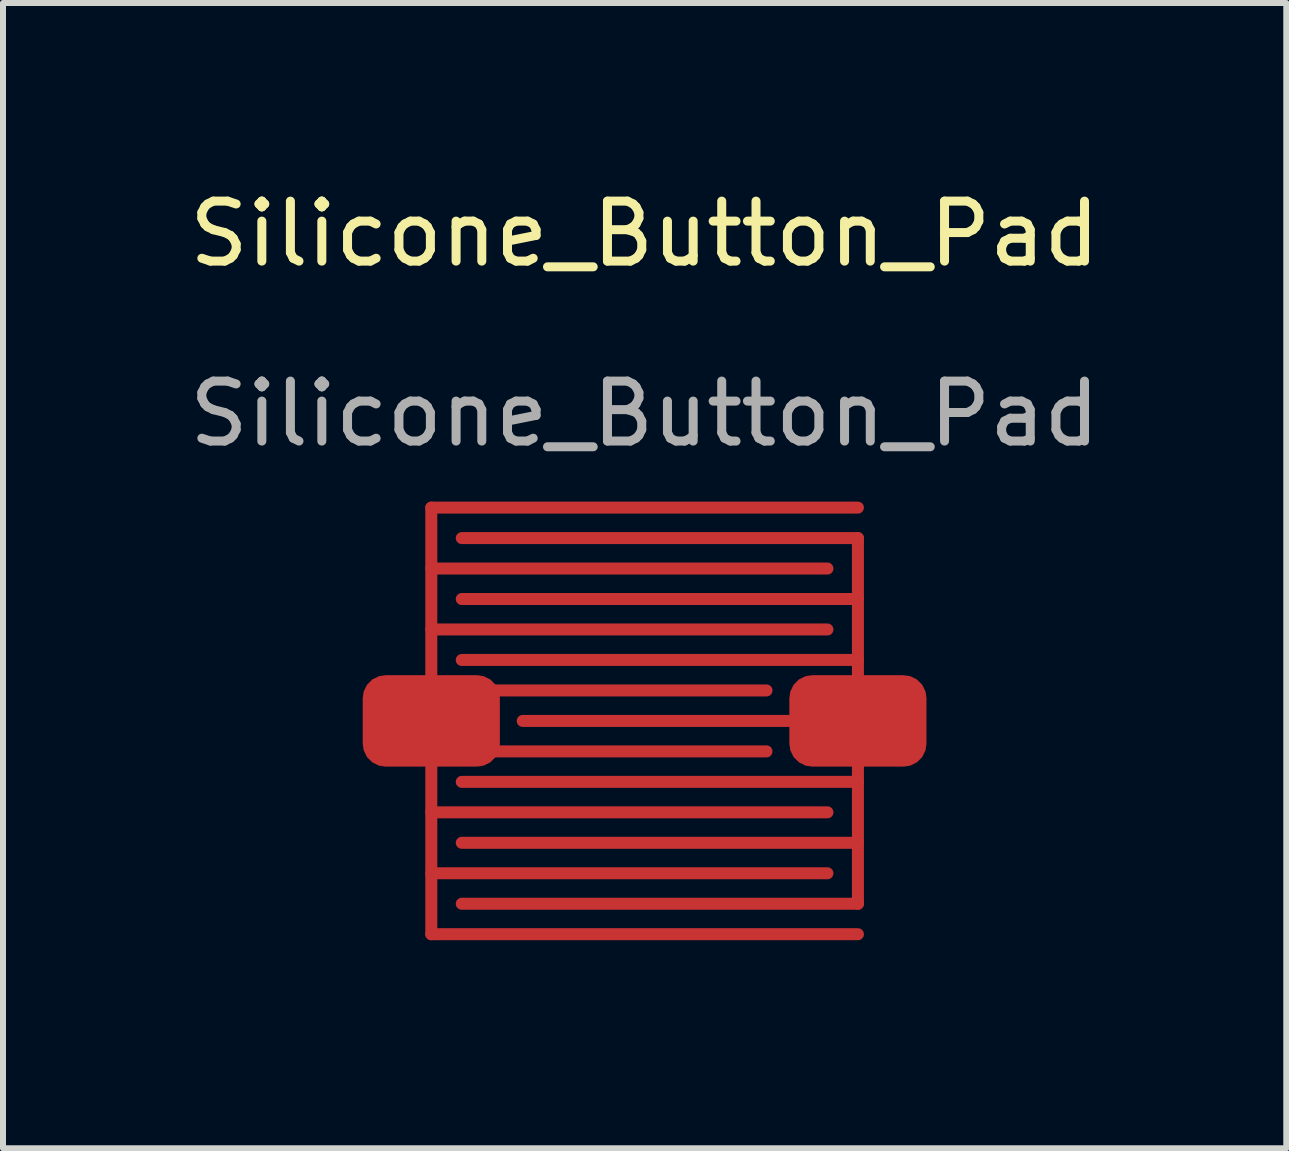
<source format=kicad_pcb>
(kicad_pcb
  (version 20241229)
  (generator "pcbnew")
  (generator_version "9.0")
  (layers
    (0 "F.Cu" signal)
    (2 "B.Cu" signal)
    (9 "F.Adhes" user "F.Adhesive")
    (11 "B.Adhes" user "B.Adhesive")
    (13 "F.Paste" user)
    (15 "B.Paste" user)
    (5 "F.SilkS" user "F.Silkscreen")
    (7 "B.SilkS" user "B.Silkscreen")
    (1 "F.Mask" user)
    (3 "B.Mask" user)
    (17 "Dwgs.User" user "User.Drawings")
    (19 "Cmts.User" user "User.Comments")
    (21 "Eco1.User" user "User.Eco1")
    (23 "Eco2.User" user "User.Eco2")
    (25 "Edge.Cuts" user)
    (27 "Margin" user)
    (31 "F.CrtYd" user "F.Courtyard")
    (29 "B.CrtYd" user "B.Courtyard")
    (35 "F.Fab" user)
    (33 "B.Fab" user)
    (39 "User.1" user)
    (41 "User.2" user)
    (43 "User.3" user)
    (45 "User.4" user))
  (footprint "Silicone_Button_Pad"
    (layer "F.Cu")
    (at 7.696 1.348)
    (property "Reference" "Silicone_Button_Pad" (at 0 -0.5 0) (unlocked yes) (layer "F.SilkS") (effects (font (size 1 1) (thickness 0.15))))
    (attr smd)
    (fp_line (start -3.556 4.064) (end 3.556 4.064) (stroke (width 0.2) (type solid)) (layer "F.Cu"))
    (fp_line (start -3.556 5.08) (end 3.048 5.08) (stroke (width 0.2) (type solid)) (layer "F.Cu"))
    (fp_line (start -3.556 6.858) (end -3.556 4.064) (stroke (width 0.2) (type solid)) (layer "F.Cu"))
    (fp_line (start -3.556 10.16) (end 3.048 10.16) (stroke (width 0.2) (type solid)) (layer "F.Cu"))
    (fp_line (start -3.556 11.176) (end -3.556 7.62) (stroke (width 0.2) (type solid)) (layer "F.Cu"))
    (fp_line (start -3.048 4.572) (end 3.556 4.572) (stroke (width 0.2) (type solid)) (layer "F.Cu"))
    (fp_line (start -3.048 5.588) (end 3.556 5.588) (stroke (width 0.2) (type solid)) (layer "F.Cu"))
    (fp_line (start -3.048 8.636) (end 3.556 8.636) (stroke (width 0.2) (type solid)) (layer "F.Cu"))
    (fp_line (start -3.048 9.652) (end 3.556 9.652) (stroke (width 0.2) (type solid)) (layer "F.Cu"))
    (fp_line (start -3.048 10.668) (end 3.556 10.668) (stroke (width 0.2) (type solid)) (layer "F.Cu"))
    (fp_line (start 2.032 7.112) (end -3.556 7.112) (stroke (width 0.2) (type solid)) (layer "F.Cu"))
    (fp_line (start 2.032 8.128) (end -3.556 8.128) (stroke (width 0.2) (type solid)) (layer "F.Cu"))
    (fp_line (start 3.048 6.096) (end -3.556 6.096) (stroke (width 0.2) (type solid)) (layer "F.Cu"))
    (fp_line (start 3.048 9.144) (end -3.556 9.144) (stroke (width 0.2) (type solid)) (layer "F.Cu"))
    (fp_line (start 3.556 4.572) (end 3.556 10.668) (stroke (width 0.2) (type solid)) (layer "F.Cu"))
    (fp_line (start 3.556 6.604) (end -3.048 6.604) (stroke (width 0.2) (type solid)) (layer "F.Cu"))
    (fp_line (start 3.556 7.62) (end -2.032 7.62) (stroke (width 0.2) (type solid)) (layer "F.Cu"))
    (fp_line (start 3.556 11.176) (end -3.556 11.176) (stroke (width 0.2) (type solid)) (layer "F.Cu"))
    (fp_rect (start -4.064 3.556) (end 4.064 11.684) (stroke (width 0.12) (type solid)) (fill yes) (layer "F.Mask"))
    (fp_rect (start -4.064 3.556) (end 4.064 11.684) (stroke (width 0.12) (type solid)) (fill yes) (layer "F.Paste"))
    (fp_text user "${REFERENCE}" (at 0 2.5 0) (unlocked yes) (layer "F.Fab") (effects (font (size 1 1) (thickness 0.15))))
    (pad "1" smd roundrect (at -3.556 7.62) (size 2.286 1.524) (layers "F.Cu" "F.Mask" "F.Paste") (roundrect_rratio 0.25))
    (pad "2" smd roundrect (at 3.556 7.62) (size 2.286 1.524) (layers "F.Cu" "F.Mask" "F.Paste") (roundrect_rratio 0.25)))
  (gr_rect
    (start -3 -3)
    (end 18.393 16.092)
    (stroke (width 0.1) (type default))
    (fill no)
    (layer "Edge.Cuts")))
</source>
